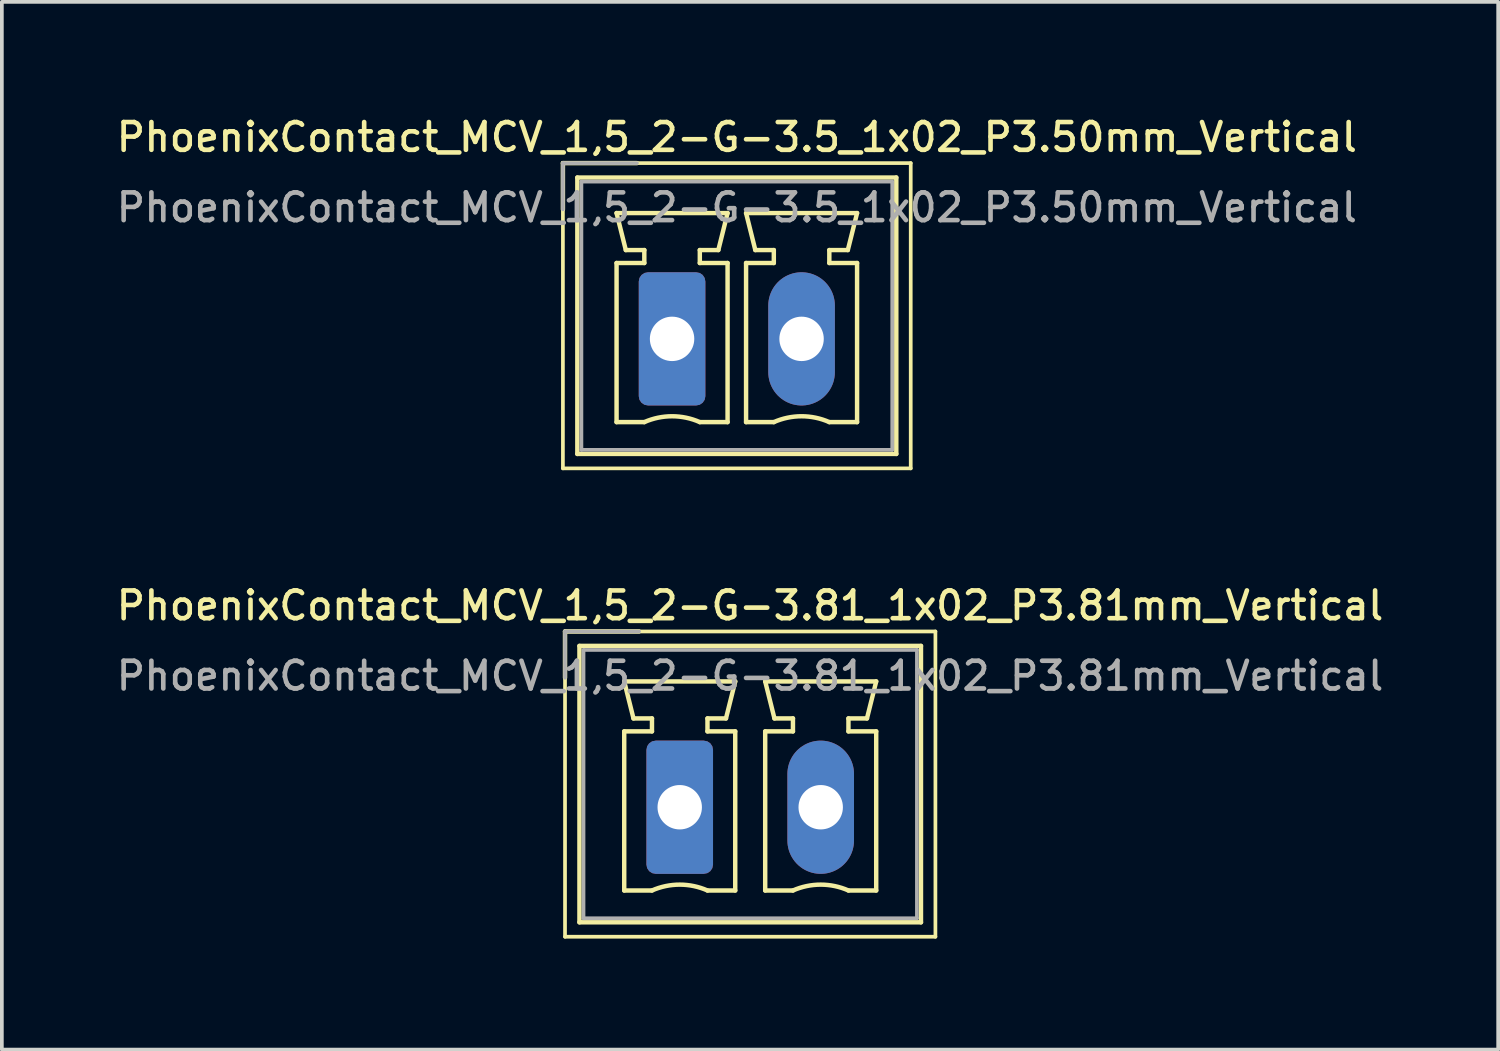
<source format=kicad_pcb>
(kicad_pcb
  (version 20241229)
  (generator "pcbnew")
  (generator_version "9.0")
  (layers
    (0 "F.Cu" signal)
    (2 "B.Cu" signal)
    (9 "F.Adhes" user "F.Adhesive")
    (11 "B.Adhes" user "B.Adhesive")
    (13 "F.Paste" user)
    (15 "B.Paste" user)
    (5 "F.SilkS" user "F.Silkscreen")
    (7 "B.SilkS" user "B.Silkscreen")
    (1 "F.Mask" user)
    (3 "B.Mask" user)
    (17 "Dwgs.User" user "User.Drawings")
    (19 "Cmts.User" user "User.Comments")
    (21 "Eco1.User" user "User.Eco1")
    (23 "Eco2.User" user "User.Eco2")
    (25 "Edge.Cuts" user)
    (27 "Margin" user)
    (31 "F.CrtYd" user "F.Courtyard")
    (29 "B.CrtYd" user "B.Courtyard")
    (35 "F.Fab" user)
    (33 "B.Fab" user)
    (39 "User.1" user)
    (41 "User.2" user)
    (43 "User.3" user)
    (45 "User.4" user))
  (footprint "PhoenixContact_MCV_1,5_2-G-3.5_1x02_P3.50mm_Vertical"
    (layer "F.Cu")
    (at 15.113 6.108)
    (property "Reference" "PhoenixContact_MCV_1,5_2-G-3.5_1x02_P3.50mm_Vertical" (at 1.75 -5.45 0) (layer "F.SilkS") (effects (font (size 0.75 0.75) (thickness 0.125))))
    (attr through_hole)
    (fp_line (start -2.95 -4.75) (end -2.95 3.5) (stroke (width 0.1) (type solid)) (layer "F.SilkS"))
    (fp_line (start -2.95 -4.75) (end -0.95 -4.75) (stroke (width 0.12) (type solid)) (layer "F.SilkS"))
    (fp_line (start -2.95 -3.5) (end -2.95 -4.75) (stroke (width 0.12) (type solid)) (layer "F.SilkS"))
    (fp_line (start -2.95 3.5) (end 6.45 3.5) (stroke (width 0.1) (type solid)) (layer "F.SilkS"))
    (fp_line (start -2.56 -4.36) (end -2.56 3.11) (stroke (width 0.12) (type solid)) (layer "F.SilkS"))
    (fp_line (start -2.56 3.11) (end 6.06 3.11) (stroke (width 0.12) (type solid)) (layer "F.SilkS"))
    (fp_line (start -1.5 -3.4) (end 1.5 -3.4) (stroke (width 0.12) (type solid)) (layer "F.SilkS"))
    (fp_line (start -1.5 -2.05) (end -0.75 -2.05) (stroke (width 0.12) (type solid)) (layer "F.SilkS"))
    (fp_line (start -1.5 2.25) (end -1.5 -2.05) (stroke (width 0.12) (type solid)) (layer "F.SilkS"))
    (fp_line (start -1.25 -2.4) (end -1.5 -3.4) (stroke (width 0.12) (type solid)) (layer "F.SilkS"))
    (fp_line (start -0.75 -2.4) (end -1.25 -2.4) (stroke (width 0.12) (type solid)) (layer "F.SilkS"))
    (fp_line (start -0.75 -2.05) (end -0.75 -2.4) (stroke (width 0.12) (type solid)) (layer "F.SilkS"))
    (fp_line (start -0.75 2.25) (end -1.5 2.25) (stroke (width 0.12) (type solid)) (layer "F.SilkS"))
    (fp_line (start 0.75 -2.4) (end 0.75 -2.05) (stroke (width 0.12) (type solid)) (layer "F.SilkS"))
    (fp_line (start 0.75 -2.05) (end 1.5 -2.05) (stroke (width 0.12) (type solid)) (layer "F.SilkS"))
    (fp_line (start 1.25 -2.4) (end 0.75 -2.4) (stroke (width 0.12) (type solid)) (layer "F.SilkS"))
    (fp_line (start 1.5 -3.4) (end 1.25 -2.4) (stroke (width 0.12) (type solid)) (layer "F.SilkS"))
    (fp_line (start 1.5 -2.05) (end 1.5 2.25) (stroke (width 0.12) (type solid)) (layer "F.SilkS"))
    (fp_line (start 1.5 2.25) (end 0.75 2.25) (stroke (width 0.12) (type solid)) (layer "F.SilkS"))
    (fp_line (start 2 -3.4) (end 5 -3.4) (stroke (width 0.12) (type solid)) (layer "F.SilkS"))
    (fp_line (start 2 -2.05) (end 2.75 -2.05) (stroke (width 0.12) (type solid)) (layer "F.SilkS"))
    (fp_line (start 2 2.25) (end 2 -2.05) (stroke (width 0.12) (type solid)) (layer "F.SilkS"))
    (fp_line (start 2.25 -2.4) (end 2 -3.4) (stroke (width 0.12) (type solid)) (layer "F.SilkS"))
    (fp_line (start 2.75 -2.4) (end 2.25 -2.4) (stroke (width 0.12) (type solid)) (layer "F.SilkS"))
    (fp_line (start 2.75 -2.05) (end 2.75 -2.4) (stroke (width 0.12) (type solid)) (layer "F.SilkS"))
    (fp_line (start 2.75 2.25) (end 2 2.25) (stroke (width 0.12) (type solid)) (layer "F.SilkS"))
    (fp_line (start 4.25 -2.4) (end 4.25 -2.05) (stroke (width 0.12) (type solid)) (layer "F.SilkS"))
    (fp_line (start 4.25 -2.05) (end 5 -2.05) (stroke (width 0.12) (type solid)) (layer "F.SilkS"))
    (fp_line (start 4.75 -2.4) (end 4.25 -2.4) (stroke (width 0.12) (type solid)) (layer "F.SilkS"))
    (fp_line (start 5 -3.4) (end 4.75 -2.4) (stroke (width 0.12) (type solid)) (layer "F.SilkS"))
    (fp_line (start 5 -2.05) (end 5 2.25) (stroke (width 0.12) (type solid)) (layer "F.SilkS"))
    (fp_line (start 5 2.25) (end 4.25 2.25) (stroke (width 0.12) (type solid)) (layer "F.SilkS"))
    (fp_line (start 6.06 -4.36) (end -2.56 -4.36) (stroke (width 0.12) (type solid)) (layer "F.SilkS"))
    (fp_line (start 6.06 3.11) (end 6.06 -4.36) (stroke (width 0.12) (type solid)) (layer "F.SilkS"))
    (fp_line (start 6.45 -4.75) (end -2.95 -4.75) (stroke (width 0.1) (type solid)) (layer "F.SilkS"))
    (fp_line (start 6.45 3.5) (end 6.45 -4.75) (stroke (width 0.1) (type solid)) (layer "F.SilkS"))
    (fp_arc (start -0.75 2.25) (mid -0.000193 2.09191) (end 0.749647 2.249844) (stroke (width 0.12) (type solid)) (layer "F.SilkS"))
    (fp_arc (start 2.75 2.25) (mid 3.499807 2.09191) (end 4.249647 2.249844) (stroke (width 0.12) (type solid)) (layer "F.SilkS"))
    (fp_line (start -2.95 -4.75) (end -0.95 -4.75) (stroke (width 0.1) (type solid)) (layer "F.Fab"))
    (fp_line (start -2.95 -3.5) (end -2.95 -4.75) (stroke (width 0.1) (type solid)) (layer "F.Fab"))
    (fp_line (start -2.45 -4.25) (end -2.45 3) (stroke (width 0.1) (type solid)) (layer "F.Fab"))
    (fp_line (start -2.45 3) (end 5.95 3) (stroke (width 0.1) (type solid)) (layer "F.Fab"))
    (fp_line (start 5.95 -4.25) (end -2.45 -4.25) (stroke (width 0.1) (type solid)) (layer "F.Fab"))
    (fp_line (start 5.95 3) (end 5.95 -4.25) (stroke (width 0.1) (type solid)) (layer "F.Fab"))
    (fp_text user "${REFERENCE}" (at 1.75 -3.55 0) (layer "F.Fab") (effects (font (size 0.75 0.75) (thickness 0.125))))
    (pad "1" thru_hole roundrect (at 0 0) (size 1.8 3.6) (drill 1.2) (layers "*.Cu" "*.Mask") (roundrect_rratio 0.139))
    (pad "2" thru_hole oval (at 3.5 0) (size 1.8 3.6) (drill 1.2) (layers "*.Cu" "*.Mask")))
  (footprint "PhoenixContact_MCV_1,5_2-G-3.81_1x02_P3.81mm_Vertical"
    (layer "F.Cu")
    (at 15.32 18.766)
    (property "Reference" "PhoenixContact_MCV_1,5_2-G-3.81_1x02_P3.81mm_Vertical" (at 1.9 -5.45 0) (layer "F.SilkS") (effects (font (size 0.75 0.75) (thickness 0.125))))
    (attr through_hole)
    (fp_line (start -3.1 -4.75) (end -3.1 3.5) (stroke (width 0.1) (type solid)) (layer "F.SilkS"))
    (fp_line (start -3.1 -4.75) (end -1.1 -4.75) (stroke (width 0.12) (type solid)) (layer "F.SilkS"))
    (fp_line (start -3.1 -3.5) (end -3.1 -4.75) (stroke (width 0.12) (type solid)) (layer "F.SilkS"))
    (fp_line (start -3.1 3.5) (end 6.91 3.5) (stroke (width 0.1) (type solid)) (layer "F.SilkS"))
    (fp_line (start -2.71 -4.36) (end -2.71 3.11) (stroke (width 0.12) (type solid)) (layer "F.SilkS"))
    (fp_line (start -2.71 3.11) (end 6.52 3.11) (stroke (width 0.12) (type solid)) (layer "F.SilkS"))
    (fp_line (start -1.5 -3.4) (end 1.5 -3.4) (stroke (width 0.12) (type solid)) (layer "F.SilkS"))
    (fp_line (start -1.5 -2.05) (end -0.75 -2.05) (stroke (width 0.12) (type solid)) (layer "F.SilkS"))
    (fp_line (start -1.5 2.25) (end -1.5 -2.05) (stroke (width 0.12) (type solid)) (layer "F.SilkS"))
    (fp_line (start -1.25 -2.4) (end -1.5 -3.4) (stroke (width 0.12) (type solid)) (layer "F.SilkS"))
    (fp_line (start -0.75 -2.4) (end -1.25 -2.4) (stroke (width 0.12) (type solid)) (layer "F.SilkS"))
    (fp_line (start -0.75 -2.05) (end -0.75 -2.4) (stroke (width 0.12) (type solid)) (layer "F.SilkS"))
    (fp_line (start -0.75 2.25) (end -1.5 2.25) (stroke (width 0.12) (type solid)) (layer "F.SilkS"))
    (fp_line (start 0.75 -2.4) (end 0.75 -2.05) (stroke (width 0.12) (type solid)) (layer "F.SilkS"))
    (fp_line (start 0.75 -2.05) (end 1.5 -2.05) (stroke (width 0.12) (type solid)) (layer "F.SilkS"))
    (fp_line (start 1.25 -2.4) (end 0.75 -2.4) (stroke (width 0.12) (type solid)) (layer "F.SilkS"))
    (fp_line (start 1.5 -3.4) (end 1.25 -2.4) (stroke (width 0.12) (type solid)) (layer "F.SilkS"))
    (fp_line (start 1.5 -2.05) (end 1.5 2.25) (stroke (width 0.12) (type solid)) (layer "F.SilkS"))
    (fp_line (start 1.5 2.25) (end 0.75 2.25) (stroke (width 0.12) (type solid)) (layer "F.SilkS"))
    (fp_line (start 2.31 -3.4) (end 5.31 -3.4) (stroke (width 0.12) (type solid)) (layer "F.SilkS"))
    (fp_line (start 2.31 -2.05) (end 3.06 -2.05) (stroke (width 0.12) (type solid)) (layer "F.SilkS"))
    (fp_line (start 2.31 2.25) (end 2.31 -2.05) (stroke (width 0.12) (type solid)) (layer "F.SilkS"))
    (fp_line (start 2.56 -2.4) (end 2.31 -3.4) (stroke (width 0.12) (type solid)) (layer "F.SilkS"))
    (fp_line (start 3.06 -2.4) (end 2.56 -2.4) (stroke (width 0.12) (type solid)) (layer "F.SilkS"))
    (fp_line (start 3.06 -2.05) (end 3.06 -2.4) (stroke (width 0.12) (type solid)) (layer "F.SilkS"))
    (fp_line (start 3.06 2.25) (end 2.31 2.25) (stroke (width 0.12) (type solid)) (layer "F.SilkS"))
    (fp_line (start 4.56 -2.4) (end 4.56 -2.05) (stroke (width 0.12) (type solid)) (layer "F.SilkS"))
    (fp_line (start 4.56 -2.05) (end 5.31 -2.05) (stroke (width 0.12) (type solid)) (layer "F.SilkS"))
    (fp_line (start 5.06 -2.4) (end 4.56 -2.4) (stroke (width 0.12) (type solid)) (layer "F.SilkS"))
    (fp_line (start 5.31 -3.4) (end 5.06 -2.4) (stroke (width 0.12) (type solid)) (layer "F.SilkS"))
    (fp_line (start 5.31 -2.05) (end 5.31 2.25) (stroke (width 0.12) (type solid)) (layer "F.SilkS"))
    (fp_line (start 5.31 2.25) (end 4.56 2.25) (stroke (width 0.12) (type solid)) (layer "F.SilkS"))
    (fp_line (start 6.52 -4.36) (end -2.71 -4.36) (stroke (width 0.12) (type solid)) (layer "F.SilkS"))
    (fp_line (start 6.52 3.11) (end 6.52 -4.36) (stroke (width 0.12) (type solid)) (layer "F.SilkS"))
    (fp_line (start 6.91 -4.75) (end -3.1 -4.75) (stroke (width 0.1) (type solid)) (layer "F.SilkS"))
    (fp_line (start 6.91 3.5) (end 6.91 -4.75) (stroke (width 0.1) (type solid)) (layer "F.SilkS"))
    (fp_arc (start -0.75 2.25) (mid -0.000193 2.09191) (end 0.749647 2.249844) (stroke (width 0.12) (type solid)) (layer "F.SilkS"))
    (fp_arc (start 3.06 2.25) (mid 3.809807 2.09191) (end 4.559647 2.249844) (stroke (width 0.12) (type solid)) (layer "F.SilkS"))
    (fp_line (start -3.1 -4.75) (end -1.1 -4.75) (stroke (width 0.1) (type solid)) (layer "F.Fab"))
    (fp_line (start -3.1 -3.5) (end -3.1 -4.75) (stroke (width 0.1) (type solid)) (layer "F.Fab"))
    (fp_line (start -2.6 -4.25) (end -2.6 3) (stroke (width 0.1) (type solid)) (layer "F.Fab"))
    (fp_line (start -2.6 3) (end 6.41 3) (stroke (width 0.1) (type solid)) (layer "F.Fab"))
    (fp_line (start 6.41 -4.25) (end -2.6 -4.25) (stroke (width 0.1) (type solid)) (layer "F.Fab"))
    (fp_line (start 6.41 3) (end 6.41 -4.25) (stroke (width 0.1) (type solid)) (layer "F.Fab"))
    (fp_text user "${REFERENCE}" (at 1.9 -3.55 0) (layer "F.Fab") (effects (font (size 0.75 0.75) (thickness 0.125))))
    (pad "1" thru_hole roundrect (at 0 0) (size 1.8 3.6) (drill 1.2) (layers "*.Cu" "*.Mask") (roundrect_rratio 0.139))
    (pad "2" thru_hole oval (at 3.81 0) (size 1.8 3.6) (drill 1.2) (layers "*.Cu" "*.Mask")))
  (gr_rect
    (start -3 -3)
    (end 37.439 25.316)
    (stroke (width 0.1) (type default))
    (fill no)
    (layer "Edge.Cuts")))
</source>
